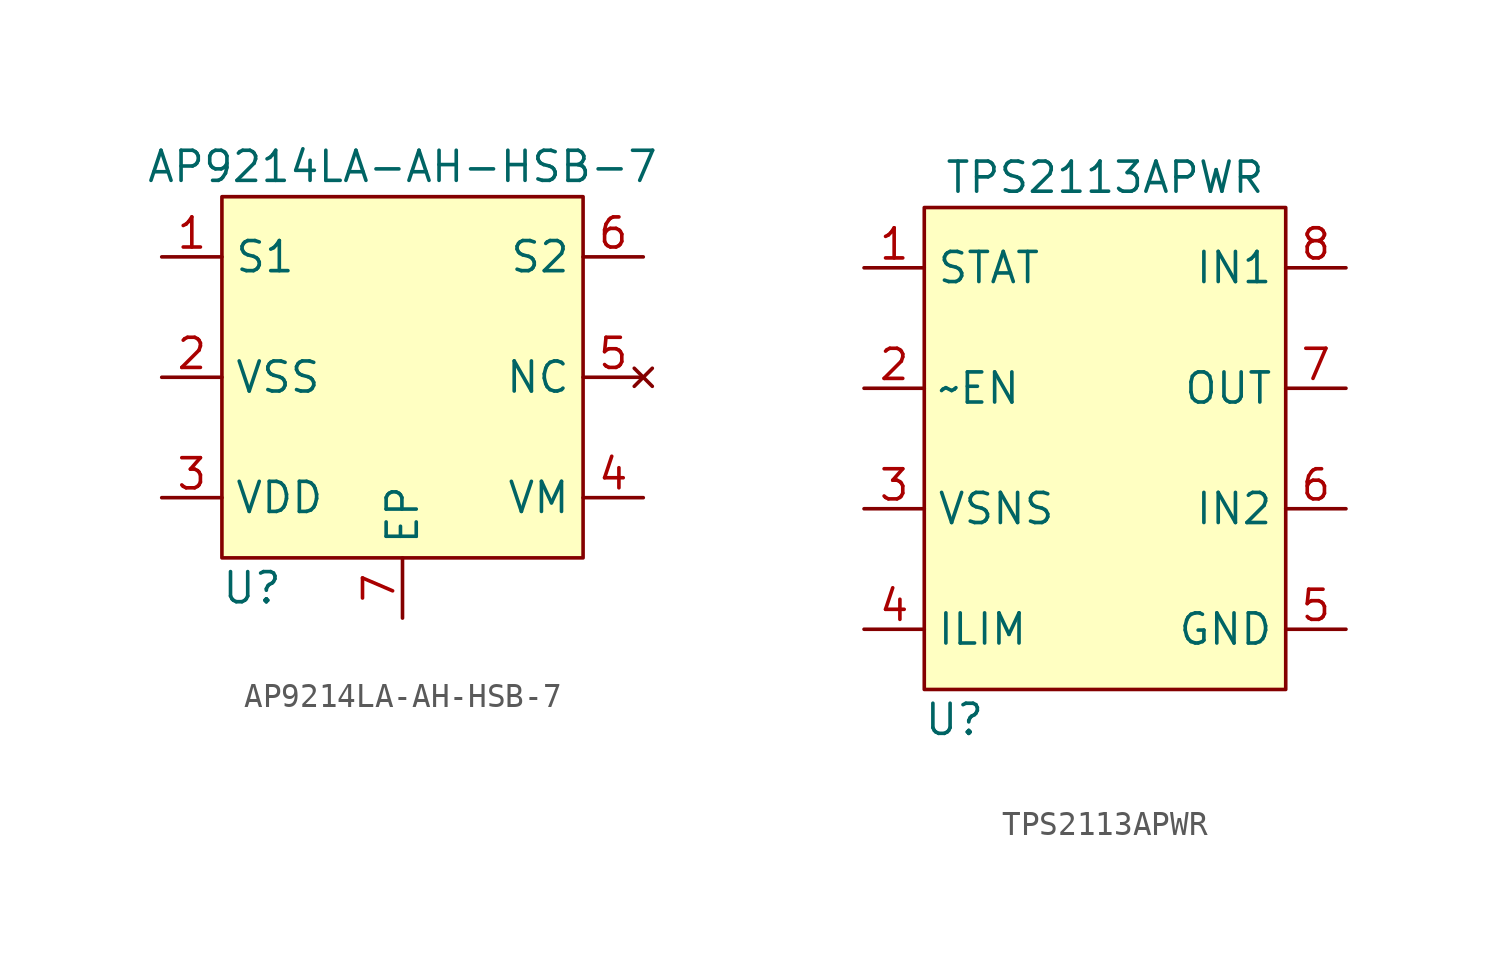
<source format=kicad_sym>
(kicad_symbol_lib
  (version 20211014)
  (generator kicad_symbol_editor)
  (symbol "AP9214LA-AH-HSB-7"
    (property "Reference" "U"
      (at -6.35 -8.89 0)
      (effects (font (size 1.27 1.27))))
    (property "Value" "AP9214LA-AH-HSB-7"
      (at 0 8.89 0)
      (effects (font (size 1.27 1.27))))
    (symbol "AP9214LA-AH-HSB-7_0_1"
      (rectangle (start -7.62 7.62) (end 7.62 -7.62) (stroke (width 0.152) (type default) (color 0 0 0 0)) (fill (type background))))
    (symbol "AP9214LA-AH-HSB-7_1_1"
      (pin input line (at -10.16 5.08 0) (length 2.54) (name "S1" (effects (font (size 1.27 1.27)))) (number "1" (effects (font (size 1.27 1.27)))))
      (pin input line (at -10.16 0 0) (length 2.54) (name "VSS" (effects (font (size 1.27 1.27)))) (number "2" (effects (font (size 1.27 1.27)))))
      (pin input line (at -10.16 -5.08 0) (length 2.54) (name "VDD" (effects (font (size 1.27 1.27)))) (number "3" (effects (font (size 1.27 1.27)))))
      (pin input line (at 10.16 -5.08 180) (length 2.54) (name "VM" (effects (font (size 1.27 1.27)))) (number "4" (effects (font (size 1.27 1.27)))))
      (pin no_connect line (at 10.16 0 180) (length 2.54) (name "NC" (effects (font (size 1.27 1.27)))) (number "5" (effects (font (size 1.27 1.27)))))
      (pin input line (at 10.16 5.08 180) (length 2.54) (name "S2" (effects (font (size 1.27 1.27)))) (number "6" (effects (font (size 1.27 1.27)))))
      (pin input line (at 0 -10.16 90) (length 2.54) (name "EP" (effects (font (size 1.27 1.27)))) (number "7" (effects (font (size 1.27 1.27)))))))
  (symbol "TPS2113APWR"
    (property "Reference" "U"
      (at -6.35 -13.97 0)
      (effects (font (size 1.27 1.27))))
    (property "Value" "TPS2113APWR"
      (at 0 8.89 0)
      (effects (font (size 1.27 1.27))))
    (symbol "TPS2113APWR_0_1"
      (rectangle (start -7.62 7.62) (end 7.62 -12.7) (stroke (width 0) (type default) (color 0 0 0 0)) (fill (type background))))
    (symbol "TPS2113APWR_1_1"
      (pin output line (at -10.16 5.08 0) (length 2.54) (name "STAT" (effects (font (size 1.27 1.27)))) (number "1" (effects (font (size 1.27 1.27)))))
      (pin input line (at -10.16 0 0) (length 2.54) (name "~EN" (effects (font (size 1.27 1.27)))) (number "2" (effects (font (size 1.27 1.27)))))
      (pin input line (at -10.16 -5.08 0) (length 2.54) (name "VSNS" (effects (font (size 1.27 1.27)))) (number "3" (effects (font (size 1.27 1.27)))))
      (pin input line (at -10.16 -10.16 0) (length 2.54) (name "ILIM" (effects (font (size 1.27 1.27)))) (number "4" (effects (font (size 1.27 1.27)))))
      (pin input line (at 10.16 -10.16 180) (length 2.54) (name "GND" (effects (font (size 1.27 1.27)))) (number "5" (effects (font (size 1.27 1.27)))))
      (pin input line (at 10.16 -5.08 180) (length 2.54) (name "IN2" (effects (font (size 1.27 1.27)))) (number "6" (effects (font (size 1.27 1.27)))))
      (pin power_out line (at 10.16 0 180) (length 2.54) (name "OUT" (effects (font (size 1.27 1.27)))) (number "7" (effects (font (size 1.27 1.27)))))
      (pin input line (at 10.16 5.08 180) (length 2.54) (name "IN1" (effects (font (size 1.27 1.27)))) (number "8" (effects (font (size 1.27 1.27))))))))
</source>
